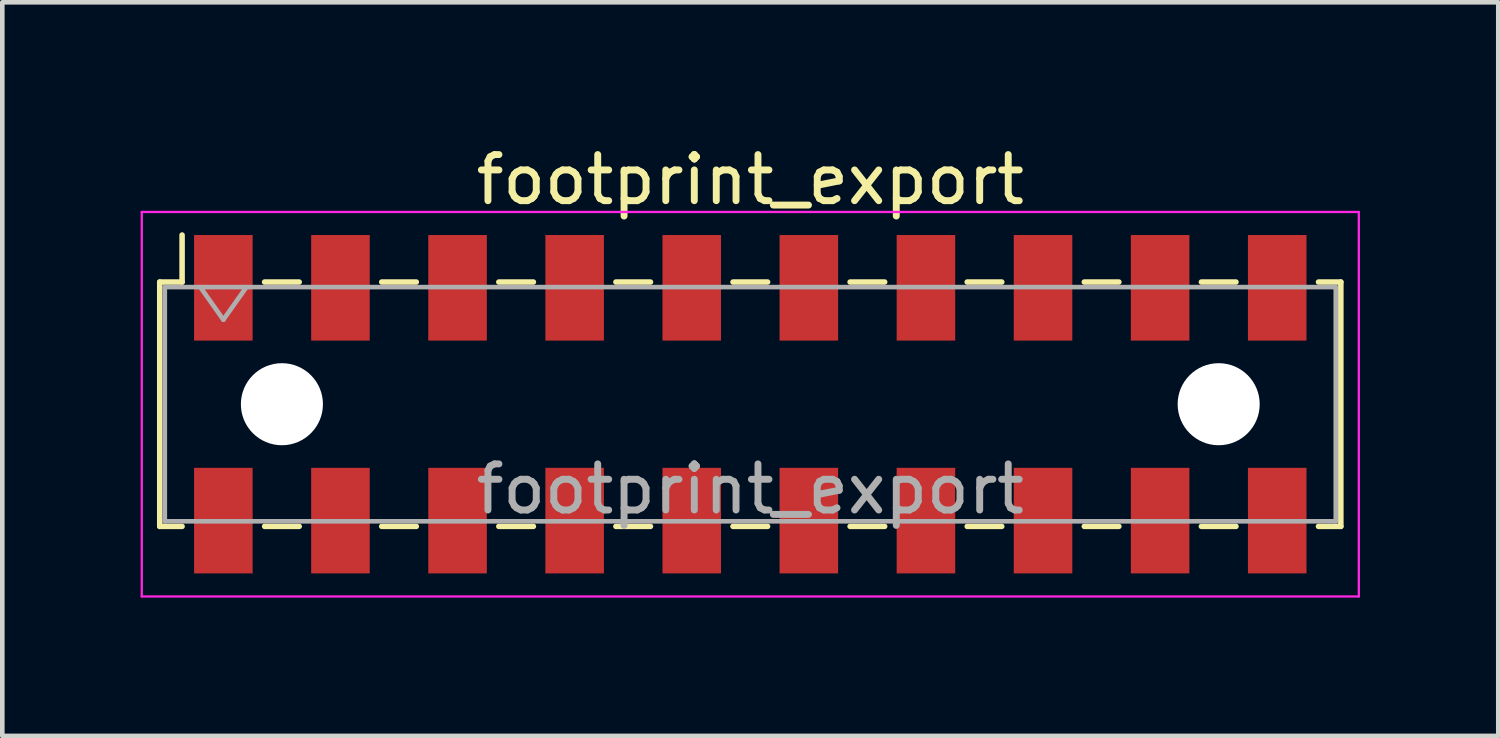
<source format=kicad_pcb>
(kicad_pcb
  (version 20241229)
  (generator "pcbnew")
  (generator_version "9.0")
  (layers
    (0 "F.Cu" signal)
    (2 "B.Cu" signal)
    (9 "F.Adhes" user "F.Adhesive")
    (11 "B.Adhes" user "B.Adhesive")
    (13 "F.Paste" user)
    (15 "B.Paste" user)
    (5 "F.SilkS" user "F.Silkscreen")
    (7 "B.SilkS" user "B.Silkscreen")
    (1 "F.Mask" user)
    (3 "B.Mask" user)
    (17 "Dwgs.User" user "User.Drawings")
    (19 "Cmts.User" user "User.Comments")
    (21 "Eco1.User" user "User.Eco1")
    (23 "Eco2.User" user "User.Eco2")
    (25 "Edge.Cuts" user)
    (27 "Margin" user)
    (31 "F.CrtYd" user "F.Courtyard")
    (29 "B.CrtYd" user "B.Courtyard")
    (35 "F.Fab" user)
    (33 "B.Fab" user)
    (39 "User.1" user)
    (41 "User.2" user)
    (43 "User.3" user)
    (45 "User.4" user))
  (footprint "footprint_export"
    (layer "F.Cu")
    (at 13.225 5.718)
    (property "Reference" "footprint_export" (at 0 -4.87 0) (layer "F.SilkS") (effects (font (size 1 1) (thickness 0.15))))
    (attr smd)
    (fp_line (start -12.81 -2.65) (end -12.81 2.65) (stroke (width 0.12) (type solid)) (layer "F.SilkS"))
    (fp_line (start -12.81 2.65) (end -12.325 2.65) (stroke (width 0.12) (type solid)) (layer "F.SilkS"))
    (fp_line (start -12.325 -3.67) (end -12.325 -2.65) (stroke (width 0.12) (type solid)) (layer "F.SilkS"))
    (fp_line (start -12.325 -2.65) (end -12.81 -2.65) (stroke (width 0.12) (type solid)) (layer "F.SilkS"))
    (fp_line (start -10.535 -2.65) (end -9.785 -2.65) (stroke (width 0.12) (type solid)) (layer "F.SilkS"))
    (fp_line (start -10.535 2.65) (end -9.785 2.65) (stroke (width 0.12) (type solid)) (layer "F.SilkS"))
    (fp_line (start -7.995 -2.65) (end -7.245 -2.65) (stroke (width 0.12) (type solid)) (layer "F.SilkS"))
    (fp_line (start -7.995 2.65) (end -7.245 2.65) (stroke (width 0.12) (type solid)) (layer "F.SilkS"))
    (fp_line (start -5.455 -2.65) (end -4.705 -2.65) (stroke (width 0.12) (type solid)) (layer "F.SilkS"))
    (fp_line (start -5.455 2.65) (end -4.705 2.65) (stroke (width 0.12) (type solid)) (layer "F.SilkS"))
    (fp_line (start -2.915 -2.65) (end -2.165 -2.65) (stroke (width 0.12) (type solid)) (layer "F.SilkS"))
    (fp_line (start -2.915 2.65) (end -2.165 2.65) (stroke (width 0.12) (type solid)) (layer "F.SilkS"))
    (fp_line (start -0.375 -2.65) (end 0.375 -2.65) (stroke (width 0.12) (type solid)) (layer "F.SilkS"))
    (fp_line (start -0.375 2.65) (end 0.375 2.65) (stroke (width 0.12) (type solid)) (layer "F.SilkS"))
    (fp_line (start 2.165 -2.65) (end 2.915 -2.65) (stroke (width 0.12) (type solid)) (layer "F.SilkS"))
    (fp_line (start 2.165 2.65) (end 2.915 2.65) (stroke (width 0.12) (type solid)) (layer "F.SilkS"))
    (fp_line (start 4.705 -2.65) (end 5.455 -2.65) (stroke (width 0.12) (type solid)) (layer "F.SilkS"))
    (fp_line (start 4.705 2.65) (end 5.455 2.65) (stroke (width 0.12) (type solid)) (layer "F.SilkS"))
    (fp_line (start 7.245 -2.65) (end 7.995 -2.65) (stroke (width 0.12) (type solid)) (layer "F.SilkS"))
    (fp_line (start 7.245 2.65) (end 7.995 2.65) (stroke (width 0.12) (type solid)) (layer "F.SilkS"))
    (fp_line (start 9.785 -2.65) (end 10.535 -2.65) (stroke (width 0.12) (type solid)) (layer "F.SilkS"))
    (fp_line (start 9.785 2.65) (end 10.535 2.65) (stroke (width 0.12) (type solid)) (layer "F.SilkS"))
    (fp_line (start 12.325 -2.65) (end 12.81 -2.65) (stroke (width 0.12) (type solid)) (layer "F.SilkS"))
    (fp_line (start 12.81 -2.65) (end 12.81 2.65) (stroke (width 0.12) (type solid)) (layer "F.SilkS"))
    (fp_line (start 12.81 2.65) (end 12.325 2.65) (stroke (width 0.12) (type solid)) (layer "F.SilkS"))
    (fp_line (start -13.2 -4.17) (end 13.2 -4.17) (stroke (width 0.05) (type solid)) (layer "F.CrtYd"))
    (fp_line (start -13.2 4.17) (end -13.2 -4.17) (stroke (width 0.05) (type solid)) (layer "F.CrtYd"))
    (fp_line (start 13.2 -4.17) (end 13.2 4.17) (stroke (width 0.05) (type solid)) (layer "F.CrtYd"))
    (fp_line (start 13.2 4.17) (end -13.2 4.17) (stroke (width 0.05) (type solid)) (layer "F.CrtYd"))
    (fp_line (start -12.7 -2.54) (end 12.7 -2.54) (stroke (width 0.1) (type solid)) (layer "F.Fab"))
    (fp_line (start -12.7 2.54) (end -12.7 -2.54) (stroke (width 0.1) (type solid)) (layer "F.Fab"))
    (fp_line (start -11.93 -2.54) (end -11.43 -1.833) (stroke (width 0.1) (type solid)) (layer "F.Fab"))
    (fp_line (start -11.43 -1.833) (end -10.93 -2.54) (stroke (width 0.1) (type solid)) (layer "F.Fab"))
    (fp_line (start 12.7 -2.54) (end 12.7 2.54) (stroke (width 0.1) (type solid)) (layer "F.Fab"))
    (fp_line (start 12.7 2.54) (end -12.7 2.54) (stroke (width 0.1) (type solid)) (layer "F.Fab"))
    (fp_text user "${REFERENCE}" (at 0 1.84 0) (layer "F.Fab") (effects (font (size 1 1) (thickness 0.15))))
    (pad "" np_thru_hole circle (at -10.16 0) (size 1.78 1.78) (drill 1.78) (layers "*.Cu" "*.Mask"))
    (pad "" np_thru_hole circle (at 10.16 0) (size 1.78 1.78) (drill 1.78) (layers "*.Cu" "*.Mask"))
    (pad "1" smd rect (at -11.43 -2.525) (size 1.27 2.29) (layers "F.Cu" "F.Mask" "F.Paste"))
    (pad "2" smd rect (at -11.43 2.525) (size 1.27 2.29) (layers "F.Cu" "F.Mask" "F.Paste"))
    (pad "3" smd rect (at -8.89 -2.525) (size 1.27 2.29) (layers "F.Cu" "F.Mask" "F.Paste"))
    (pad "4" smd rect (at -8.89 2.525) (size 1.27 2.29) (layers "F.Cu" "F.Mask" "F.Paste"))
    (pad "5" smd rect (at -6.35 -2.525) (size 1.27 2.29) (layers "F.Cu" "F.Mask" "F.Paste"))
    (pad "6" smd rect (at -6.35 2.525) (size 1.27 2.29) (layers "F.Cu" "F.Mask" "F.Paste"))
    (pad "7" smd rect (at -3.81 -2.525) (size 1.27 2.29) (layers "F.Cu" "F.Mask" "F.Paste"))
    (pad "8" smd rect (at -3.81 2.525) (size 1.27 2.29) (layers "F.Cu" "F.Mask" "F.Paste"))
    (pad "9" smd rect (at -1.27 -2.525) (size 1.27 2.29) (layers "F.Cu" "F.Mask" "F.Paste"))
    (pad "10" smd rect (at -1.27 2.525) (size 1.27 2.29) (layers "F.Cu" "F.Mask" "F.Paste"))
    (pad "11" smd rect (at 1.27 -2.525) (size 1.27 2.29) (layers "F.Cu" "F.Mask" "F.Paste"))
    (pad "12" smd rect (at 1.27 2.525) (size 1.27 2.29) (layers "F.Cu" "F.Mask" "F.Paste"))
    (pad "13" smd rect (at 3.81 -2.525) (size 1.27 2.29) (layers "F.Cu" "F.Mask" "F.Paste"))
    (pad "14" smd rect (at 3.81 2.525) (size 1.27 2.29) (layers "F.Cu" "F.Mask" "F.Paste"))
    (pad "15" smd rect (at 6.35 -2.525) (size 1.27 2.29) (layers "F.Cu" "F.Mask" "F.Paste"))
    (pad "16" smd rect (at 6.35 2.525) (size 1.27 2.29) (layers "F.Cu" "F.Mask" "F.Paste"))
    (pad "17" smd rect (at 8.89 -2.525) (size 1.27 2.29) (layers "F.Cu" "F.Mask" "F.Paste"))
    (pad "18" smd rect (at 8.89 2.525) (size 1.27 2.29) (layers "F.Cu" "F.Mask" "F.Paste"))
    (pad "19" smd rect (at 11.43 -2.525) (size 1.27 2.29) (layers "F.Cu" "F.Mask" "F.Paste"))
    (pad "20" smd rect (at 11.43 2.525) (size 1.27 2.29) (layers "F.Cu" "F.Mask" "F.Paste")))
  (gr_rect
    (start -3 -3)
    (end 29.45 12.913)
    (stroke (width 0.1) (type default))
    (fill no)
    (layer "Edge.Cuts")))
</source>
